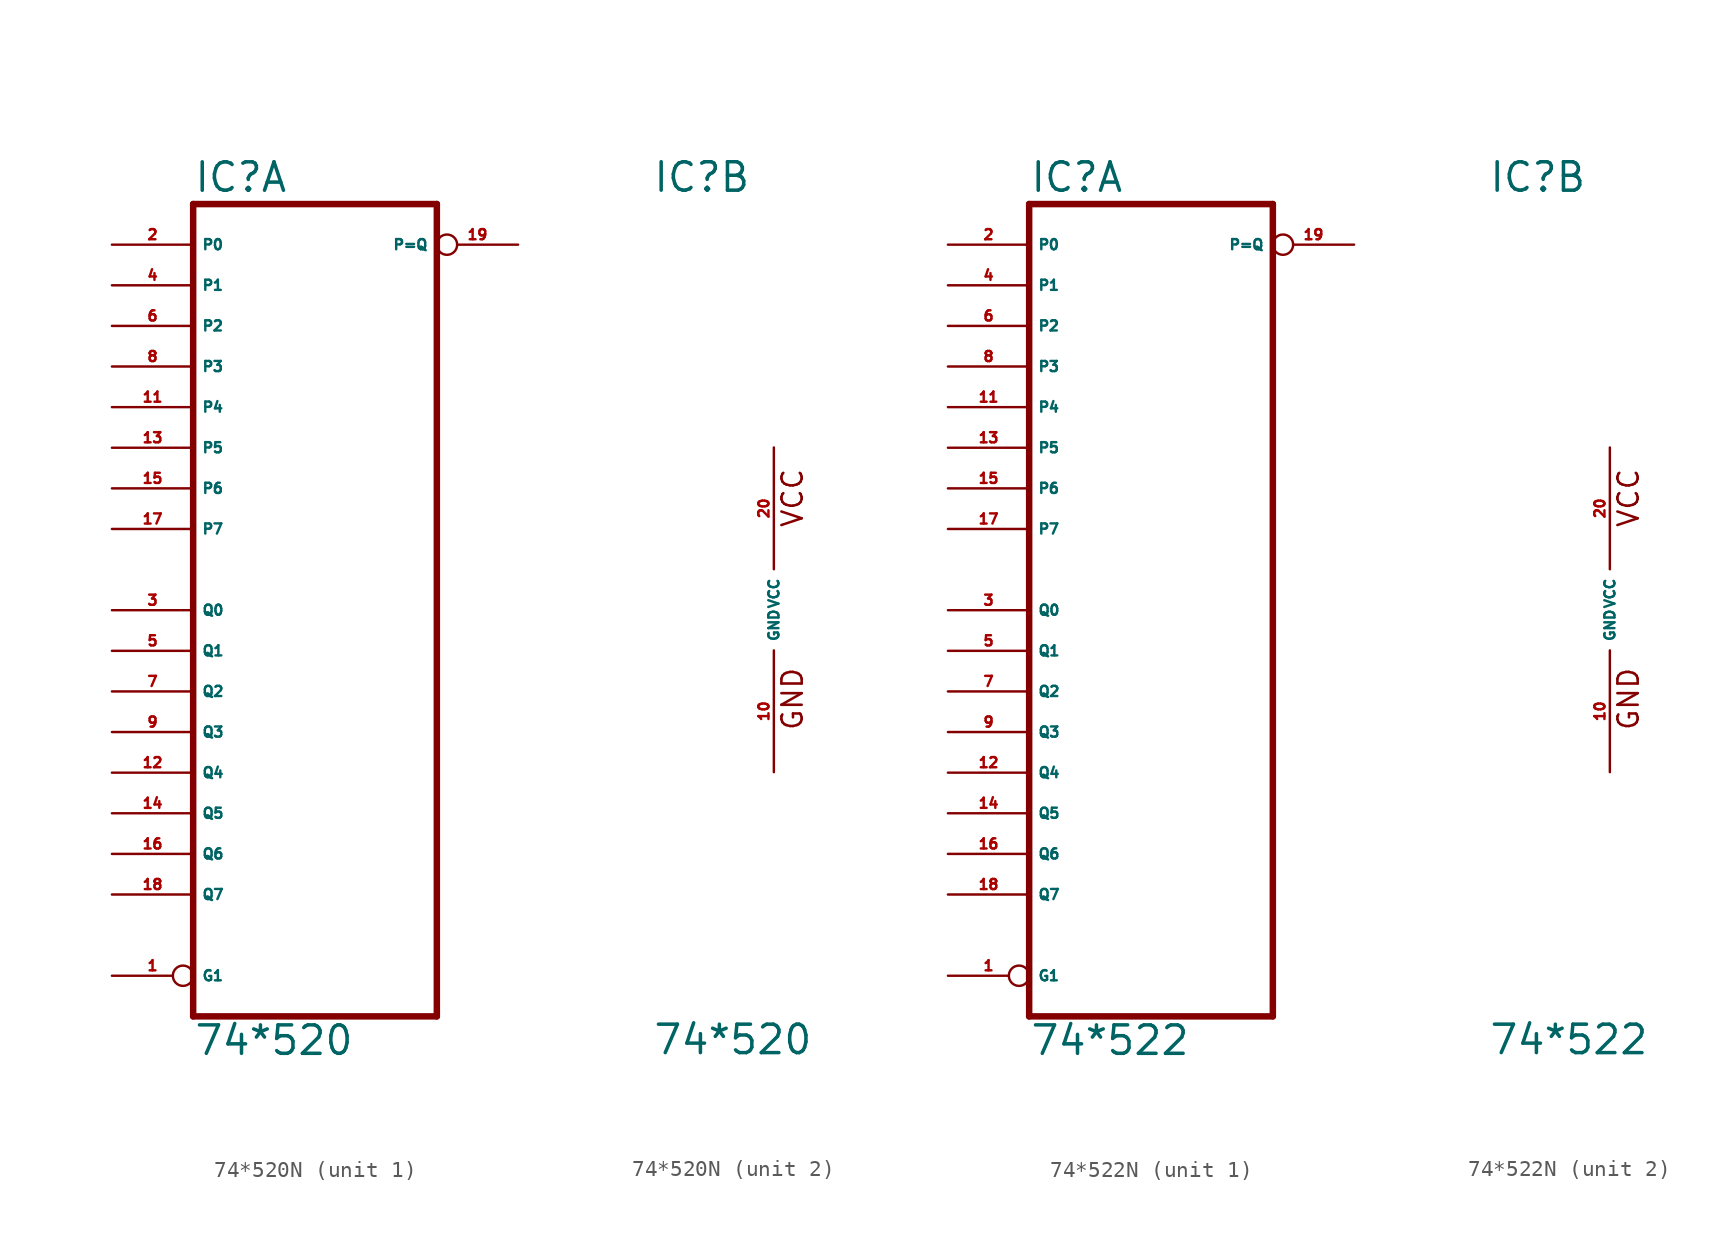
<source format=kicad_sym>
(kicad_symbol_lib
  (version 20220914)
  (generator Eagle2Kicad)
  (symbol "74*520N"
    (property "Reference" "IC"
      (at -7.62 26.035 0)
      (effects (font (size 1.778 1.778) (thickness 0.22)) (justify left bottom)))
    (property "Value" "74*520"
      (at -7.62 -27.94 0)
      (effects (font (size 1.778 1.778) (thickness 0.22)) (justify left bottom)))
    (symbol "74*520N_1_0"
      (polyline (pts (xy -7.62 -25.4) (xy 7.62 -25.4)) (stroke (width 0.406) (type default)) (fill (type none)))
      (polyline (pts (xy 7.62 -25.4) (xy 7.62 25.4)) (stroke (width 0.406) (type default)) (fill (type none)))
      (polyline (pts (xy 7.62 25.4) (xy -7.62 25.4)) (stroke (width 0.406) (type default)) (fill (type none)))
      (polyline (pts (xy -7.62 25.4) (xy -7.62 -25.4)) (stroke (width 0.406) (type default)) (fill (type none)))
      (pin input inverted (at -12.7 -22.86 0) (length 5.08) (name "G1" (effects (font (size 0.635 0.635) (thickness 0.08)) (justify left bottom))) (number "1" (effects (font (size 0.635 0.635) (thickness 0.08)) (justify left bottom))))
      (pin input line (at -12.7 22.86 0) (length 5.08) (name "P0" (effects (font (size 0.635 0.635) (thickness 0.08)) (justify left bottom))) (number "2" (effects (font (size 0.635 0.635) (thickness 0.08)) (justify left bottom))))
      (pin input line (at -12.7 0 0) (length 5.08) (name "Q0" (effects (font (size 0.635 0.635) (thickness 0.08)) (justify left bottom))) (number "3" (effects (font (size 0.635 0.635) (thickness 0.08)) (justify left bottom))))
      (pin input line (at -12.7 20.32 0) (length 5.08) (name "P1" (effects (font (size 0.635 0.635) (thickness 0.08)) (justify left bottom))) (number "4" (effects (font (size 0.635 0.635) (thickness 0.08)) (justify left bottom))))
      (pin input line (at -12.7 -2.54 0) (length 5.08) (name "Q1" (effects (font (size 0.635 0.635) (thickness 0.08)) (justify left bottom))) (number "5" (effects (font (size 0.635 0.635) (thickness 0.08)) (justify left bottom))))
      (pin input line (at -12.7 17.78 0) (length 5.08) (name "P2" (effects (font (size 0.635 0.635) (thickness 0.08)) (justify left bottom))) (number "6" (effects (font (size 0.635 0.635) (thickness 0.08)) (justify left bottom))))
      (pin input line (at -12.7 -5.08 0) (length 5.08) (name "Q2" (effects (font (size 0.635 0.635) (thickness 0.08)) (justify left bottom))) (number "7" (effects (font (size 0.635 0.635) (thickness 0.08)) (justify left bottom))))
      (pin input line (at -12.7 15.24 0) (length 5.08) (name "P3" (effects (font (size 0.635 0.635) (thickness 0.08)) (justify left bottom))) (number "8" (effects (font (size 0.635 0.635) (thickness 0.08)) (justify left bottom))))
      (pin input line (at -12.7 -7.62 0) (length 5.08) (name "Q3" (effects (font (size 0.635 0.635) (thickness 0.08)) (justify left bottom))) (number "9" (effects (font (size 0.635 0.635) (thickness 0.08)) (justify left bottom))))
      (pin input line (at -12.7 12.7 0) (length 5.08) (name "P4" (effects (font (size 0.635 0.635) (thickness 0.08)) (justify left bottom))) (number "11" (effects (font (size 0.635 0.635) (thickness 0.08)) (justify left bottom))))
      (pin input line (at -12.7 -10.16 0) (length 5.08) (name "Q4" (effects (font (size 0.635 0.635) (thickness 0.08)) (justify left bottom))) (number "12" (effects (font (size 0.635 0.635) (thickness 0.08)) (justify left bottom))))
      (pin input line (at -12.7 10.16 0) (length 5.08) (name "P5" (effects (font (size 0.635 0.635) (thickness 0.08)) (justify left bottom))) (number "13" (effects (font (size 0.635 0.635) (thickness 0.08)) (justify left bottom))))
      (pin input line (at -12.7 -12.7 0) (length 5.08) (name "Q5" (effects (font (size 0.635 0.635) (thickness 0.08)) (justify left bottom))) (number "14" (effects (font (size 0.635 0.635) (thickness 0.08)) (justify left bottom))))
      (pin input line (at -12.7 7.62 0) (length 5.08) (name "P6" (effects (font (size 0.635 0.635) (thickness 0.08)) (justify left bottom))) (number "15" (effects (font (size 0.635 0.635) (thickness 0.08)) (justify left bottom))))
      (pin input line (at -12.7 -15.24 0) (length 5.08) (name "Q6" (effects (font (size 0.635 0.635) (thickness 0.08)) (justify left bottom))) (number "16" (effects (font (size 0.635 0.635) (thickness 0.08)) (justify left bottom))))
      (pin input line (at -12.7 5.08 0) (length 5.08) (name "P7" (effects (font (size 0.635 0.635) (thickness 0.08)) (justify left bottom))) (number "17" (effects (font (size 0.635 0.635) (thickness 0.08)) (justify left bottom))))
      (pin input line (at -12.7 -17.78 0) (length 5.08) (name "Q7" (effects (font (size 0.635 0.635) (thickness 0.08)) (justify left bottom))) (number "18" (effects (font (size 0.635 0.635) (thickness 0.08)) (justify left bottom))))
      (pin output inverted (at 12.7 22.86 180) (length 5.08) (name "P=Q" (effects (font (size 0.635 0.635) (thickness 0.08)) (justify left bottom))) (number "19" (effects (font (size 0.635 0.635) (thickness 0.08)) (justify left bottom)))))
    (symbol "74*520N_2_0"
      (text "GND" (at 1.905 -7.62 900) (effects (font (size 1.27 1.27) (thickness 0.16)) (justify left bottom)))
      (text "VCC" (at 1.905 5.08 900) (effects (font (size 1.27 1.27) (thickness 0.16)) (justify left bottom)))
      (pin unspecified line (at 0 -10.16 90) (length 7.62) (name "GND" (effects (font (size 0.635 0.635) (thickness 0.08)) (justify left bottom))) (number "10" (effects (font (size 0.635 0.635) (thickness 0.08)) (justify left bottom))))
      (pin unspecified line (at 0 10.16 270) (length 7.62) (name "VCC" (effects (font (size 0.635 0.635) (thickness 0.08)) (justify left bottom))) (number "20" (effects (font (size 0.635 0.635) (thickness 0.08)) (justify left bottom))))))
  (symbol "74*522N"
    (property "Reference" "IC"
      (at -7.62 26.035 0)
      (effects (font (size 1.778 1.778) (thickness 0.22)) (justify left bottom)))
    (property "Value" "74*522"
      (at -7.62 -27.94 0)
      (effects (font (size 1.778 1.778) (thickness 0.22)) (justify left bottom)))
    (symbol "74*522N_1_0"
      (polyline (pts (xy -7.62 -25.4) (xy 7.62 -25.4)) (stroke (width 0.406) (type default)) (fill (type none)))
      (polyline (pts (xy 7.62 -25.4) (xy 7.62 25.4)) (stroke (width 0.406) (type default)) (fill (type none)))
      (polyline (pts (xy 7.62 25.4) (xy -7.62 25.4)) (stroke (width 0.406) (type default)) (fill (type none)))
      (polyline (pts (xy -7.62 25.4) (xy -7.62 -25.4)) (stroke (width 0.406) (type default)) (fill (type none)))
      (pin input inverted (at -12.7 -22.86 0) (length 5.08) (name "G1" (effects (font (size 0.635 0.635) (thickness 0.08)) (justify left bottom))) (number "1" (effects (font (size 0.635 0.635) (thickness 0.08)) (justify left bottom))))
      (pin input line (at -12.7 22.86 0) (length 5.08) (name "P0" (effects (font (size 0.635 0.635) (thickness 0.08)) (justify left bottom))) (number "2" (effects (font (size 0.635 0.635) (thickness 0.08)) (justify left bottom))))
      (pin input line (at -12.7 0 0) (length 5.08) (name "Q0" (effects (font (size 0.635 0.635) (thickness 0.08)) (justify left bottom))) (number "3" (effects (font (size 0.635 0.635) (thickness 0.08)) (justify left bottom))))
      (pin input line (at -12.7 20.32 0) (length 5.08) (name "P1" (effects (font (size 0.635 0.635) (thickness 0.08)) (justify left bottom))) (number "4" (effects (font (size 0.635 0.635) (thickness 0.08)) (justify left bottom))))
      (pin input line (at -12.7 -2.54 0) (length 5.08) (name "Q1" (effects (font (size 0.635 0.635) (thickness 0.08)) (justify left bottom))) (number "5" (effects (font (size 0.635 0.635) (thickness 0.08)) (justify left bottom))))
      (pin input line (at -12.7 17.78 0) (length 5.08) (name "P2" (effects (font (size 0.635 0.635) (thickness 0.08)) (justify left bottom))) (number "6" (effects (font (size 0.635 0.635) (thickness 0.08)) (justify left bottom))))
      (pin input line (at -12.7 -5.08 0) (length 5.08) (name "Q2" (effects (font (size 0.635 0.635) (thickness 0.08)) (justify left bottom))) (number "7" (effects (font (size 0.635 0.635) (thickness 0.08)) (justify left bottom))))
      (pin input line (at -12.7 15.24 0) (length 5.08) (name "P3" (effects (font (size 0.635 0.635) (thickness 0.08)) (justify left bottom))) (number "8" (effects (font (size 0.635 0.635) (thickness 0.08)) (justify left bottom))))
      (pin input line (at -12.7 -7.62 0) (length 5.08) (name "Q3" (effects (font (size 0.635 0.635) (thickness 0.08)) (justify left bottom))) (number "9" (effects (font (size 0.635 0.635) (thickness 0.08)) (justify left bottom))))
      (pin input line (at -12.7 12.7 0) (length 5.08) (name "P4" (effects (font (size 0.635 0.635) (thickness 0.08)) (justify left bottom))) (number "11" (effects (font (size 0.635 0.635) (thickness 0.08)) (justify left bottom))))
      (pin input line (at -12.7 -10.16 0) (length 5.08) (name "Q4" (effects (font (size 0.635 0.635) (thickness 0.08)) (justify left bottom))) (number "12" (effects (font (size 0.635 0.635) (thickness 0.08)) (justify left bottom))))
      (pin input line (at -12.7 10.16 0) (length 5.08) (name "P5" (effects (font (size 0.635 0.635) (thickness 0.08)) (justify left bottom))) (number "13" (effects (font (size 0.635 0.635) (thickness 0.08)) (justify left bottom))))
      (pin input line (at -12.7 -12.7 0) (length 5.08) (name "Q5" (effects (font (size 0.635 0.635) (thickness 0.08)) (justify left bottom))) (number "14" (effects (font (size 0.635 0.635) (thickness 0.08)) (justify left bottom))))
      (pin input line (at -12.7 7.62 0) (length 5.08) (name "P6" (effects (font (size 0.635 0.635) (thickness 0.08)) (justify left bottom))) (number "15" (effects (font (size 0.635 0.635) (thickness 0.08)) (justify left bottom))))
      (pin input line (at -12.7 -15.24 0) (length 5.08) (name "Q6" (effects (font (size 0.635 0.635) (thickness 0.08)) (justify left bottom))) (number "16" (effects (font (size 0.635 0.635) (thickness 0.08)) (justify left bottom))))
      (pin input line (at -12.7 5.08 0) (length 5.08) (name "P7" (effects (font (size 0.635 0.635) (thickness 0.08)) (justify left bottom))) (number "17" (effects (font (size 0.635 0.635) (thickness 0.08)) (justify left bottom))))
      (pin input line (at -12.7 -17.78 0) (length 5.08) (name "Q7" (effects (font (size 0.635 0.635) (thickness 0.08)) (justify left bottom))) (number "18" (effects (font (size 0.635 0.635) (thickness 0.08)) (justify left bottom))))
      (pin open_collector inverted (at 12.7 22.86 180) (length 5.08) (name "P=Q" (effects (font (size 0.635 0.635) (thickness 0.08)) (justify left bottom))) (number "19" (effects (font (size 0.635 0.635) (thickness 0.08)) (justify left bottom)))))
    (symbol "74*522N_2_0"
      (text "GND" (at 1.905 -7.62 900) (effects (font (size 1.27 1.27) (thickness 0.16)) (justify left bottom)))
      (text "VCC" (at 1.905 5.08 900) (effects (font (size 1.27 1.27) (thickness 0.16)) (justify left bottom)))
      (pin unspecified line (at 0 -10.16 90) (length 7.62) (name "GND" (effects (font (size 0.635 0.635) (thickness 0.08)) (justify left bottom))) (number "10" (effects (font (size 0.635 0.635) (thickness 0.08)) (justify left bottom))))
      (pin unspecified line (at 0 10.16 270) (length 7.62) (name "VCC" (effects (font (size 0.635 0.635) (thickness 0.08)) (justify left bottom))) (number "20" (effects (font (size 0.635 0.635) (thickness 0.08)) (justify left bottom)))))))
</source>
